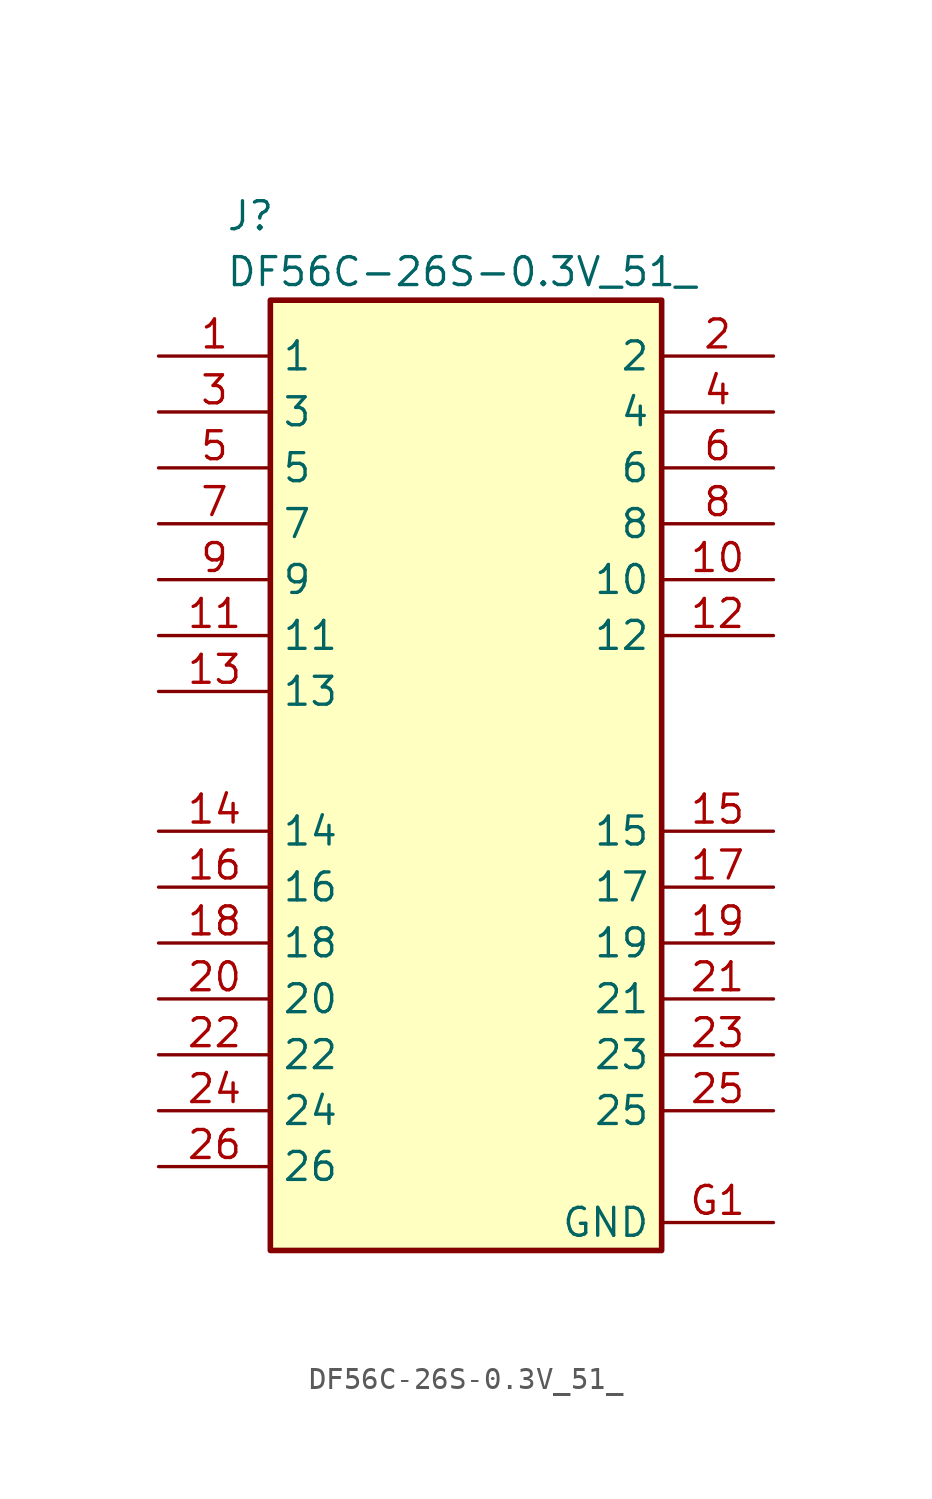
<source format=kicad_sym>
(kicad_symbol_lib
  (version 20241209)
  (generator "kicad_symbol_editor")
  (generator_version "9.0")
  (symbol "DF56C-26S-0.3V_51_"
    (property "Reference" "J"
      (at -10.922 4.572 0)
      (effects (font (size 1.27 1.27)) (justify left top)))
    (property "Value" "DF56C-26S-0.3V_51_"
      (at -10.922 2.032 0)
      (effects (font (size 1.27 1.27)) (justify left top)))
    (symbol "DF56C-26S-0.3V_51__1_1"
      (rectangle (start -8.89 0) (end 8.89 -43.18) (stroke (width 0.254) (type default)) (fill (type background)))
      (pin passive line (at -13.97 -2.54 0) (length 5.08) (name "1" (effects (font (size 1.27 1.27)))) (number "1" (effects (font (size 1.27 1.27)))))
      (pin passive line (at -13.97 -5.08 0) (length 5.08) (name "3" (effects (font (size 1.27 1.27)))) (number "3" (effects (font (size 1.27 1.27)))))
      (pin passive line (at -13.97 -7.62 0) (length 5.08) (name "5" (effects (font (size 1.27 1.27)))) (number "5" (effects (font (size 1.27 1.27)))))
      (pin passive line (at -13.97 -10.16 0) (length 5.08) (name "7" (effects (font (size 1.27 1.27)))) (number "7" (effects (font (size 1.27 1.27)))))
      (pin passive line (at -13.97 -12.7 0) (length 5.08) (name "9" (effects (font (size 1.27 1.27)))) (number "9" (effects (font (size 1.27 1.27)))))
      (pin passive line (at -13.97 -15.24 0) (length 5.08) (name "11" (effects (font (size 1.27 1.27)))) (number "11" (effects (font (size 1.27 1.27)))))
      (pin passive line (at -13.97 -17.78 0) (length 5.08) (name "13" (effects (font (size 1.27 1.27)))) (number "13" (effects (font (size 1.27 1.27)))))
      (pin passive line (at -13.97 -24.13 0) (length 5.08) (name "14" (effects (font (size 1.27 1.27)))) (number "14" (effects (font (size 1.27 1.27)))))
      (pin passive line (at -13.97 -26.67 0) (length 5.08) (name "16" (effects (font (size 1.27 1.27)))) (number "16" (effects (font (size 1.27 1.27)))))
      (pin passive line (at -13.97 -29.21 0) (length 5.08) (name "18" (effects (font (size 1.27 1.27)))) (number "18" (effects (font (size 1.27 1.27)))))
      (pin passive line (at -13.97 -31.75 0) (length 5.08) (name "20" (effects (font (size 1.27 1.27)))) (number "20" (effects (font (size 1.27 1.27)))))
      (pin passive line (at -13.97 -34.29 0) (length 5.08) (name "22" (effects (font (size 1.27 1.27)))) (number "22" (effects (font (size 1.27 1.27)))))
      (pin passive line (at -13.97 -36.83 0) (length 5.08) (name "24" (effects (font (size 1.27 1.27)))) (number "24" (effects (font (size 1.27 1.27)))))
      (pin passive line (at -13.97 -39.37 0) (length 5.08) (name "26" (effects (font (size 1.27 1.27)))) (number "26" (effects (font (size 1.27 1.27)))))
      (pin passive line (at 13.97 -2.54 180) (length 5.08) (name "2" (effects (font (size 1.27 1.27)))) (number "2" (effects (font (size 1.27 1.27)))))
      (pin passive line (at 13.97 -5.08 180) (length 5.08) (name "4" (effects (font (size 1.27 1.27)))) (number "4" (effects (font (size 1.27 1.27)))))
      (pin passive line (at 13.97 -7.62 180) (length 5.08) (name "6" (effects (font (size 1.27 1.27)))) (number "6" (effects (font (size 1.27 1.27)))))
      (pin passive line (at 13.97 -10.16 180) (length 5.08) (name "8" (effects (font (size 1.27 1.27)))) (number "8" (effects (font (size 1.27 1.27)))))
      (pin passive line (at 13.97 -12.7 180) (length 5.08) (name "10" (effects (font (size 1.27 1.27)))) (number "10" (effects (font (size 1.27 1.27)))))
      (pin passive line (at 13.97 -15.24 180) (length 5.08) (name "12" (effects (font (size 1.27 1.27)))) (number "12" (effects (font (size 1.27 1.27)))))
      (pin passive line (at 13.97 -24.13 180) (length 5.08) (name "15" (effects (font (size 1.27 1.27)))) (number "15" (effects (font (size 1.27 1.27)))))
      (pin passive line (at 13.97 -26.67 180) (length 5.08) (name "17" (effects (font (size 1.27 1.27)))) (number "17" (effects (font (size 1.27 1.27)))))
      (pin passive line (at 13.97 -29.21 180) (length 5.08) (name "19" (effects (font (size 1.27 1.27)))) (number "19" (effects (font (size 1.27 1.27)))))
      (pin passive line (at 13.97 -31.75 180) (length 5.08) (name "21" (effects (font (size 1.27 1.27)))) (number "21" (effects (font (size 1.27 1.27)))))
      (pin passive line (at 13.97 -34.29 180) (length 5.08) (name "23" (effects (font (size 1.27 1.27)))) (number "23" (effects (font (size 1.27 1.27)))))
      (pin passive line (at 13.97 -36.83 180) (length 5.08) (name "25" (effects (font (size 1.27 1.27)))) (number "25" (effects (font (size 1.27 1.27)))))
      (pin passive line (at 13.97 -41.91 180) (length 5.08) (name "GND" (effects (font (size 1.27 1.27)))) (number "G1" (effects (font (size 1.27 1.27)))))
      (pin passive line (at 13.97 -41.91 180) (length 5.08) (hide yes) (name "GND_2" (effects (font (size 1.27 1.27)))) (number "G2" (effects (font (size 1.27 1.27)))))
      (pin passive line (at 13.97 -41.91 180) (length 5.08) (hide yes) (name "GND_3" (effects (font (size 1.27 1.27)))) (number "G3" (effects (font (size 1.27 1.27)))))
      (pin passive line (at 13.97 -41.91 180) (length 5.08) (hide yes) (name "GND_4" (effects (font (size 1.27 1.27)))) (number "G4" (effects (font (size 1.27 1.27)))))
      (pin passive line (at 13.97 -41.91 180) (length 5.08) (hide yes) (name "GND_5" (effects (font (size 1.27 1.27)))) (number "G5" (effects (font (size 1.27 1.27))))))))
</source>
